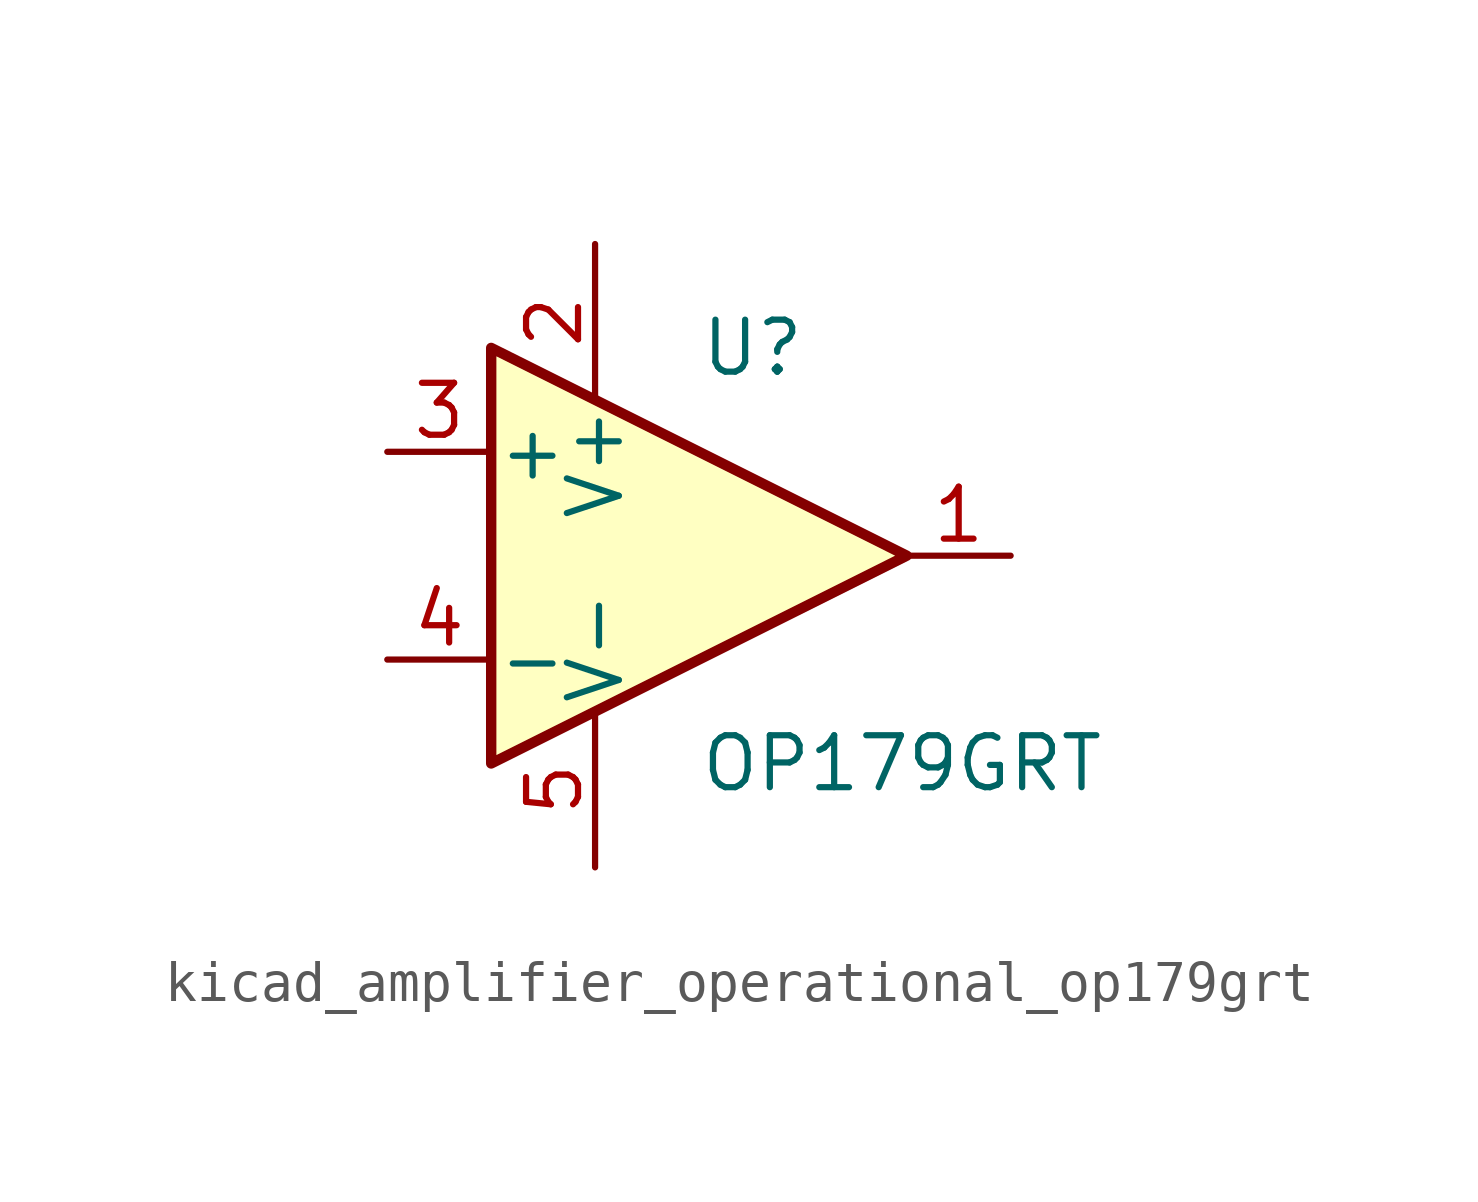
<source format=kicad_sym>
(kicad_symbol_lib
  (version 20220914)
  (generator kicad_symbol_editor)
  (symbol "kicad_amplifier_operational_op179grt"
    (pin_names
      (offset 0.127))
    (property "Reference" "U"
      (at 0 5.08 0)
      (effects (font (size 1.27 1.27)) (justify left)))
    (property "Value" "OP179GRT"
      (at 0 -5.08 0)
      (effects (font (size 1.27 1.27)) (justify left)))
    (symbol "kicad_amplifier_operational_op179grt_0_1"
      (polyline (pts (xy -5.08 5.08) (xy 5.08 0) (xy -5.08 -5.08) (xy -5.08 5.08)) (stroke (width 0.254) (type default)) (fill (type background)))
      (pin power_in line (at -2.54 7.62 270) (length 3.81) (name "V+" (effects (font (size 1.27 1.27)))) (number "2" (effects (font (size 1.27 1.27)))))
      (pin power_in line (at -2.54 -7.62 90) (length 3.81) (name "V-" (effects (font (size 1.27 1.27)))) (number "5" (effects (font (size 1.27 1.27))))))
    (symbol "kicad_amplifier_operational_op179grt_1_1"
      (pin output line (at 7.62 0 180) (length 2.54) (name "~" (effects (font (size 1.27 1.27)))) (number "1" (effects (font (size 1.27 1.27)))))
      (pin input line (at -7.62 2.54 0) (length 2.54) (name "+" (effects (font (size 1.27 1.27)))) (number "3" (effects (font (size 1.27 1.27)))))
      (pin input line (at -7.62 -2.54 0) (length 2.54) (name "-" (effects (font (size 1.27 1.27)))) (number "4" (effects (font (size 1.27 1.27))))))))
</source>
